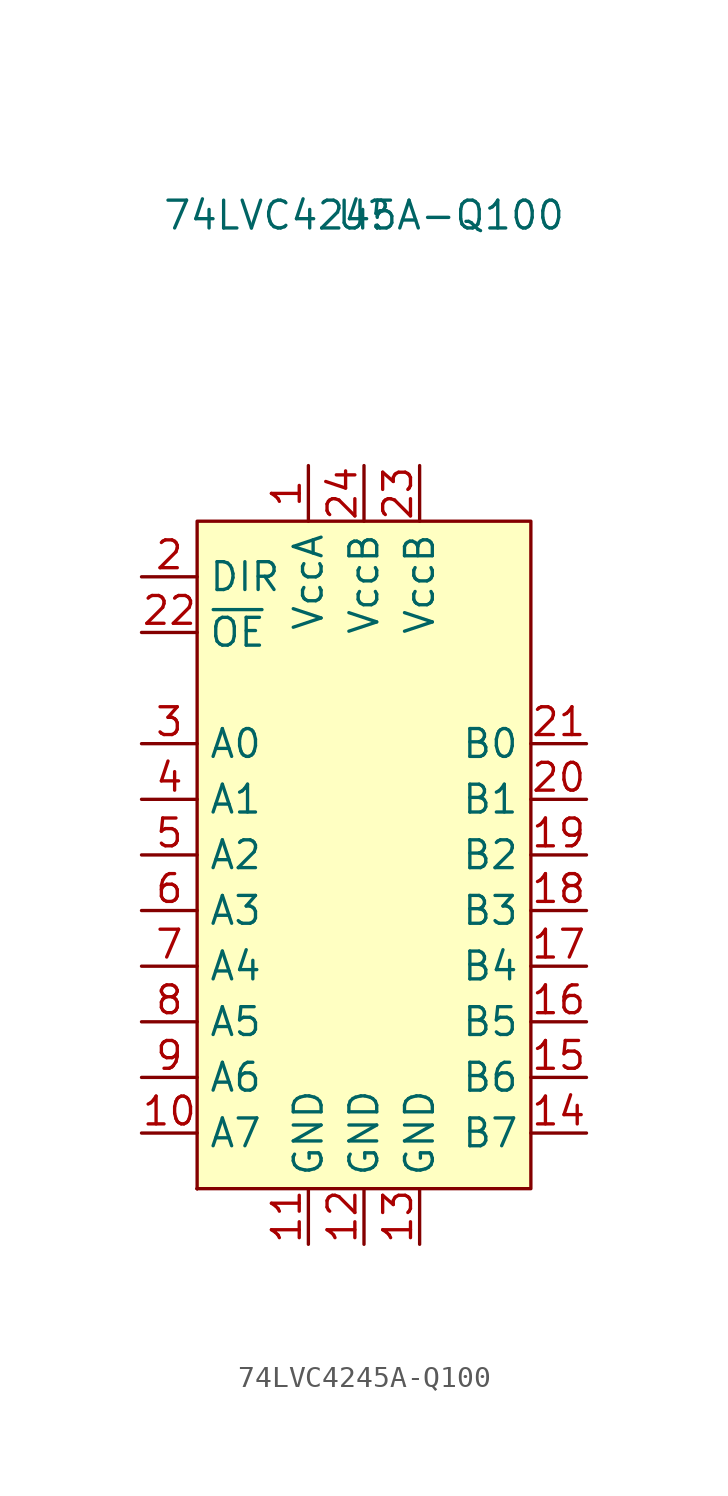
<source format=kicad_sym>
(kicad_symbol_lib
  (version 20220914)
  (generator kicad_symbol_editor)
  (symbol "74LVC4245A-Q100"
    (property "Reference" "U"
      (at 0 30.48 0)
      (effects (font (size 1.27 1.27))))
    (property "Value" "74LVC4245A-Q100"
      (at 0 30.48 0)
      (effects (font (size 1.27 1.27))))
    (symbol "74LVC4245A-Q100_0_1"
      (rectangle (start -7.62 -13.97) (end -7.62 -13.97) (stroke (width 0) (type default)) (fill (type none)))
      (rectangle (start -7.62 -13.97) (end -7.62 -13.97) (stroke (width 0) (type default)) (fill (type none)))
      (rectangle (start -7.62 -13.97) (end -7.62 -13.97) (stroke (width 0) (type default)) (fill (type none))))
    (symbol "74LVC4245A-Q100_1_1"
      (rectangle (start -7.62 16.51) (end 7.62 -13.97) (stroke (width 0) (type default)) (fill (type background)))
      (pin input line (at -2.54 19.05 270) (length 2.54) (name "VccA" (effects (font (size 1.27 1.27)))) (number "1" (effects (font (size 1.27 1.27)))))
      (pin bidirectional line (at -10.16 -11.43 0) (length 2.54) (name "A7" (effects (font (size 1.27 1.27)))) (number "10" (effects (font (size 1.27 1.27)))))
      (pin input line (at -2.54 -16.51 90) (length 2.54) (name "GND" (effects (font (size 1.27 1.27)))) (number "11" (effects (font (size 1.27 1.27)))))
      (pin input line (at 0 -16.51 90) (length 2.54) (name "GND" (effects (font (size 1.27 1.27)))) (number "12" (effects (font (size 1.27 1.27)))))
      (pin input line (at 2.54 -16.51 90) (length 2.54) (name "GND" (effects (font (size 1.27 1.27)))) (number "13" (effects (font (size 1.27 1.27)))))
      (pin bidirectional line (at 10.16 -11.43 180) (length 2.54) (name "B7" (effects (font (size 1.27 1.27)))) (number "14" (effects (font (size 1.27 1.27)))))
      (pin bidirectional line (at 10.16 -8.89 180) (length 2.54) (name "B6" (effects (font (size 1.27 1.27)))) (number "15" (effects (font (size 1.27 1.27)))))
      (pin bidirectional line (at 10.16 -6.35 180) (length 2.54) (name "B5" (effects (font (size 1.27 1.27)))) (number "16" (effects (font (size 1.27 1.27)))))
      (pin bidirectional line (at 10.16 -3.81 180) (length 2.54) (name "B4" (effects (font (size 1.27 1.27)))) (number "17" (effects (font (size 1.27 1.27)))))
      (pin bidirectional line (at 10.16 -1.27 180) (length 2.54) (name "B3" (effects (font (size 1.27 1.27)))) (number "18" (effects (font (size 1.27 1.27)))))
      (pin bidirectional line (at 10.16 1.27 180) (length 2.54) (name "B2" (effects (font (size 1.27 1.27)))) (number "19" (effects (font (size 1.27 1.27)))))
      (pin input line (at -10.16 13.97 0) (length 2.54) (name "DIR" (effects (font (size 1.27 1.27)))) (number "2" (effects (font (size 1.27 1.27)))))
      (pin bidirectional line (at 10.16 3.81 180) (length 2.54) (name "B1" (effects (font (size 1.27 1.27)))) (number "20" (effects (font (size 1.27 1.27)))))
      (pin bidirectional line (at 10.16 6.35 180) (length 2.54) (name "B0" (effects (font (size 1.27 1.27)))) (number "21" (effects (font (size 1.27 1.27)))))
      (pin input line (at -10.16 11.43 0) (length 2.54) (name "~{OE}" (effects (font (size 1.27 1.27)))) (number "22" (effects (font (size 1.27 1.27)))))
      (pin input line (at 2.54 19.05 270) (length 2.54) (name "VccB" (effects (font (size 1.27 1.27)))) (number "23" (effects (font (size 1.27 1.27)))))
      (pin input line (at 0 19.05 270) (length 2.54) (name "VccB" (effects (font (size 1.27 1.27)))) (number "24" (effects (font (size 1.27 1.27)))))
      (pin bidirectional line (at -10.16 6.35 0) (length 2.54) (name "A0" (effects (font (size 1.27 1.27)))) (number "3" (effects (font (size 1.27 1.27)))))
      (pin bidirectional line (at -10.16 3.81 0) (length 2.54) (name "A1" (effects (font (size 1.27 1.27)))) (number "4" (effects (font (size 1.27 1.27)))))
      (pin bidirectional line (at -10.16 1.27 0) (length 2.54) (name "A2" (effects (font (size 1.27 1.27)))) (number "5" (effects (font (size 1.27 1.27)))))
      (pin bidirectional line (at -10.16 -1.27 0) (length 2.54) (name "A3" (effects (font (size 1.27 1.27)))) (number "6" (effects (font (size 1.27 1.27)))))
      (pin bidirectional line (at -10.16 -3.81 0) (length 2.54) (name "A4" (effects (font (size 1.27 1.27)))) (number "7" (effects (font (size 1.27 1.27)))))
      (pin bidirectional line (at -10.16 -6.35 0) (length 2.54) (name "A5" (effects (font (size 1.27 1.27)))) (number "8" (effects (font (size 1.27 1.27)))))
      (pin bidirectional line (at -10.16 -8.89 0) (length 2.54) (name "A6" (effects (font (size 1.27 1.27)))) (number "9" (effects (font (size 1.27 1.27))))))))
</source>
